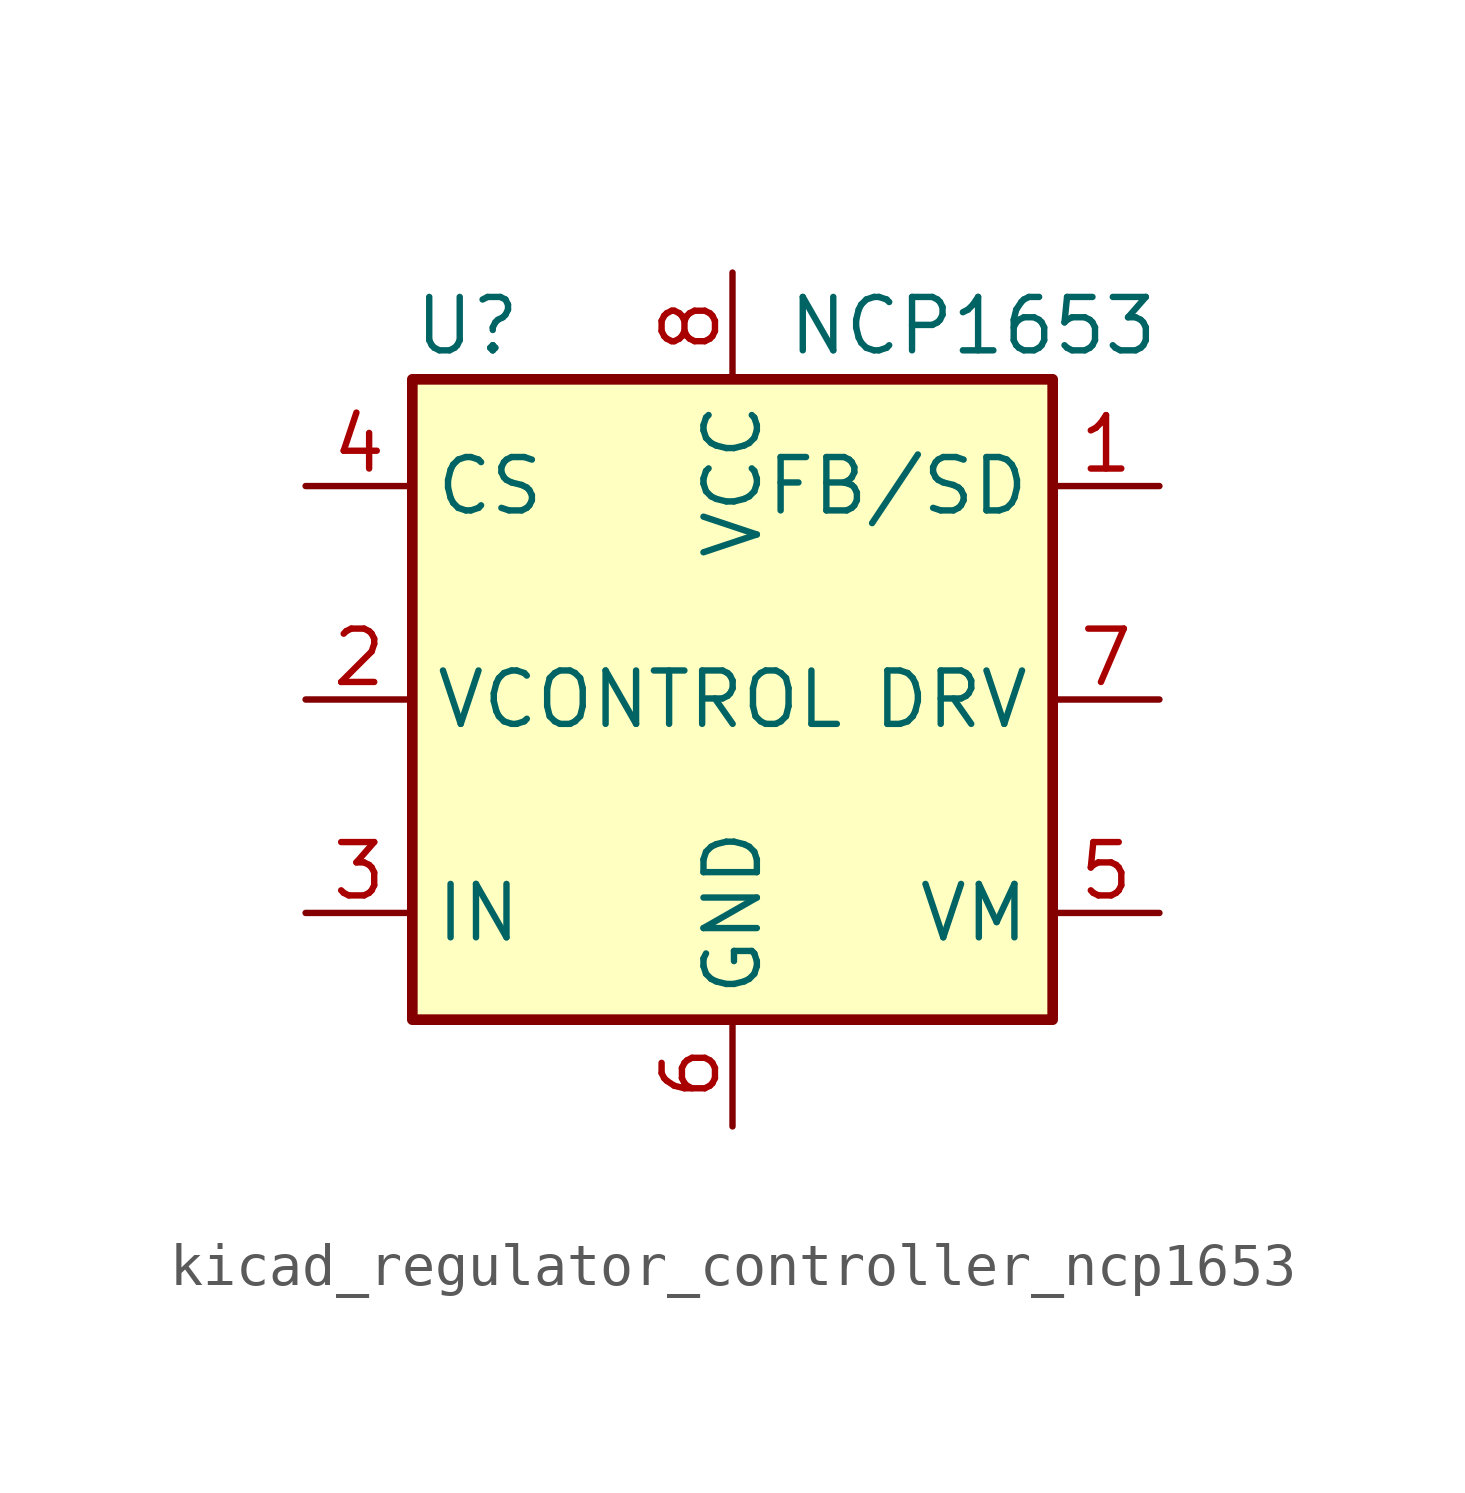
<source format=kicad_sym>
(kicad_symbol_lib
  (version 20220914)
  (generator kicad_symbol_editor)
  (symbol "kicad_regulator_controller_ncp1653"
    (property "Reference" "U"
      (at -7.62 8.89 0)
      (effects (font (size 1.27 1.27)) (justify left)))
    (property "Value" "NCP1653"
      (at 1.27 8.89 0)
      (effects (font (size 1.27 1.27)) (justify left)))
    (symbol "kicad_regulator_controller_ncp1653_0_0"
      (rectangle (start -7.62 7.62) (end 7.62 -7.62) (stroke (width 0.254) (type default)) (fill (type background))))
    (symbol "kicad_regulator_controller_ncp1653_1_1"
      (pin input line (at 10.16 5.08 180) (length 2.54) (name "FB/SD" (effects (font (size 1.27 1.27)))) (number "1" (effects (font (size 1.27 1.27)))))
      (pin passive line (at -10.16 0 0) (length 2.54) (name "VCONTROL" (effects (font (size 1.27 1.27)))) (number "2" (effects (font (size 1.27 1.27)))))
      (pin input line (at -10.16 -5.08 0) (length 2.54) (name "IN" (effects (font (size 1.27 1.27)))) (number "3" (effects (font (size 1.27 1.27)))))
      (pin input line (at -10.16 5.08 0) (length 2.54) (name "CS" (effects (font (size 1.27 1.27)))) (number "4" (effects (font (size 1.27 1.27)))))
      (pin passive line (at 10.16 -5.08 180) (length 2.54) (name "VM" (effects (font (size 1.27 1.27)))) (number "5" (effects (font (size 1.27 1.27)))))
      (pin power_in line (at 0 -10.16 90) (length 2.54) (name "GND" (effects (font (size 1.27 1.27)))) (number "6" (effects (font (size 1.27 1.27)))))
      (pin output line (at 10.16 0 180) (length 2.54) (name "DRV" (effects (font (size 1.27 1.27)))) (number "7" (effects (font (size 1.27 1.27)))))
      (pin power_in line (at 0 10.16 270) (length 2.54) (name "VCC" (effects (font (size 1.27 1.27)))) (number "8" (effects (font (size 1.27 1.27))))))))
</source>
